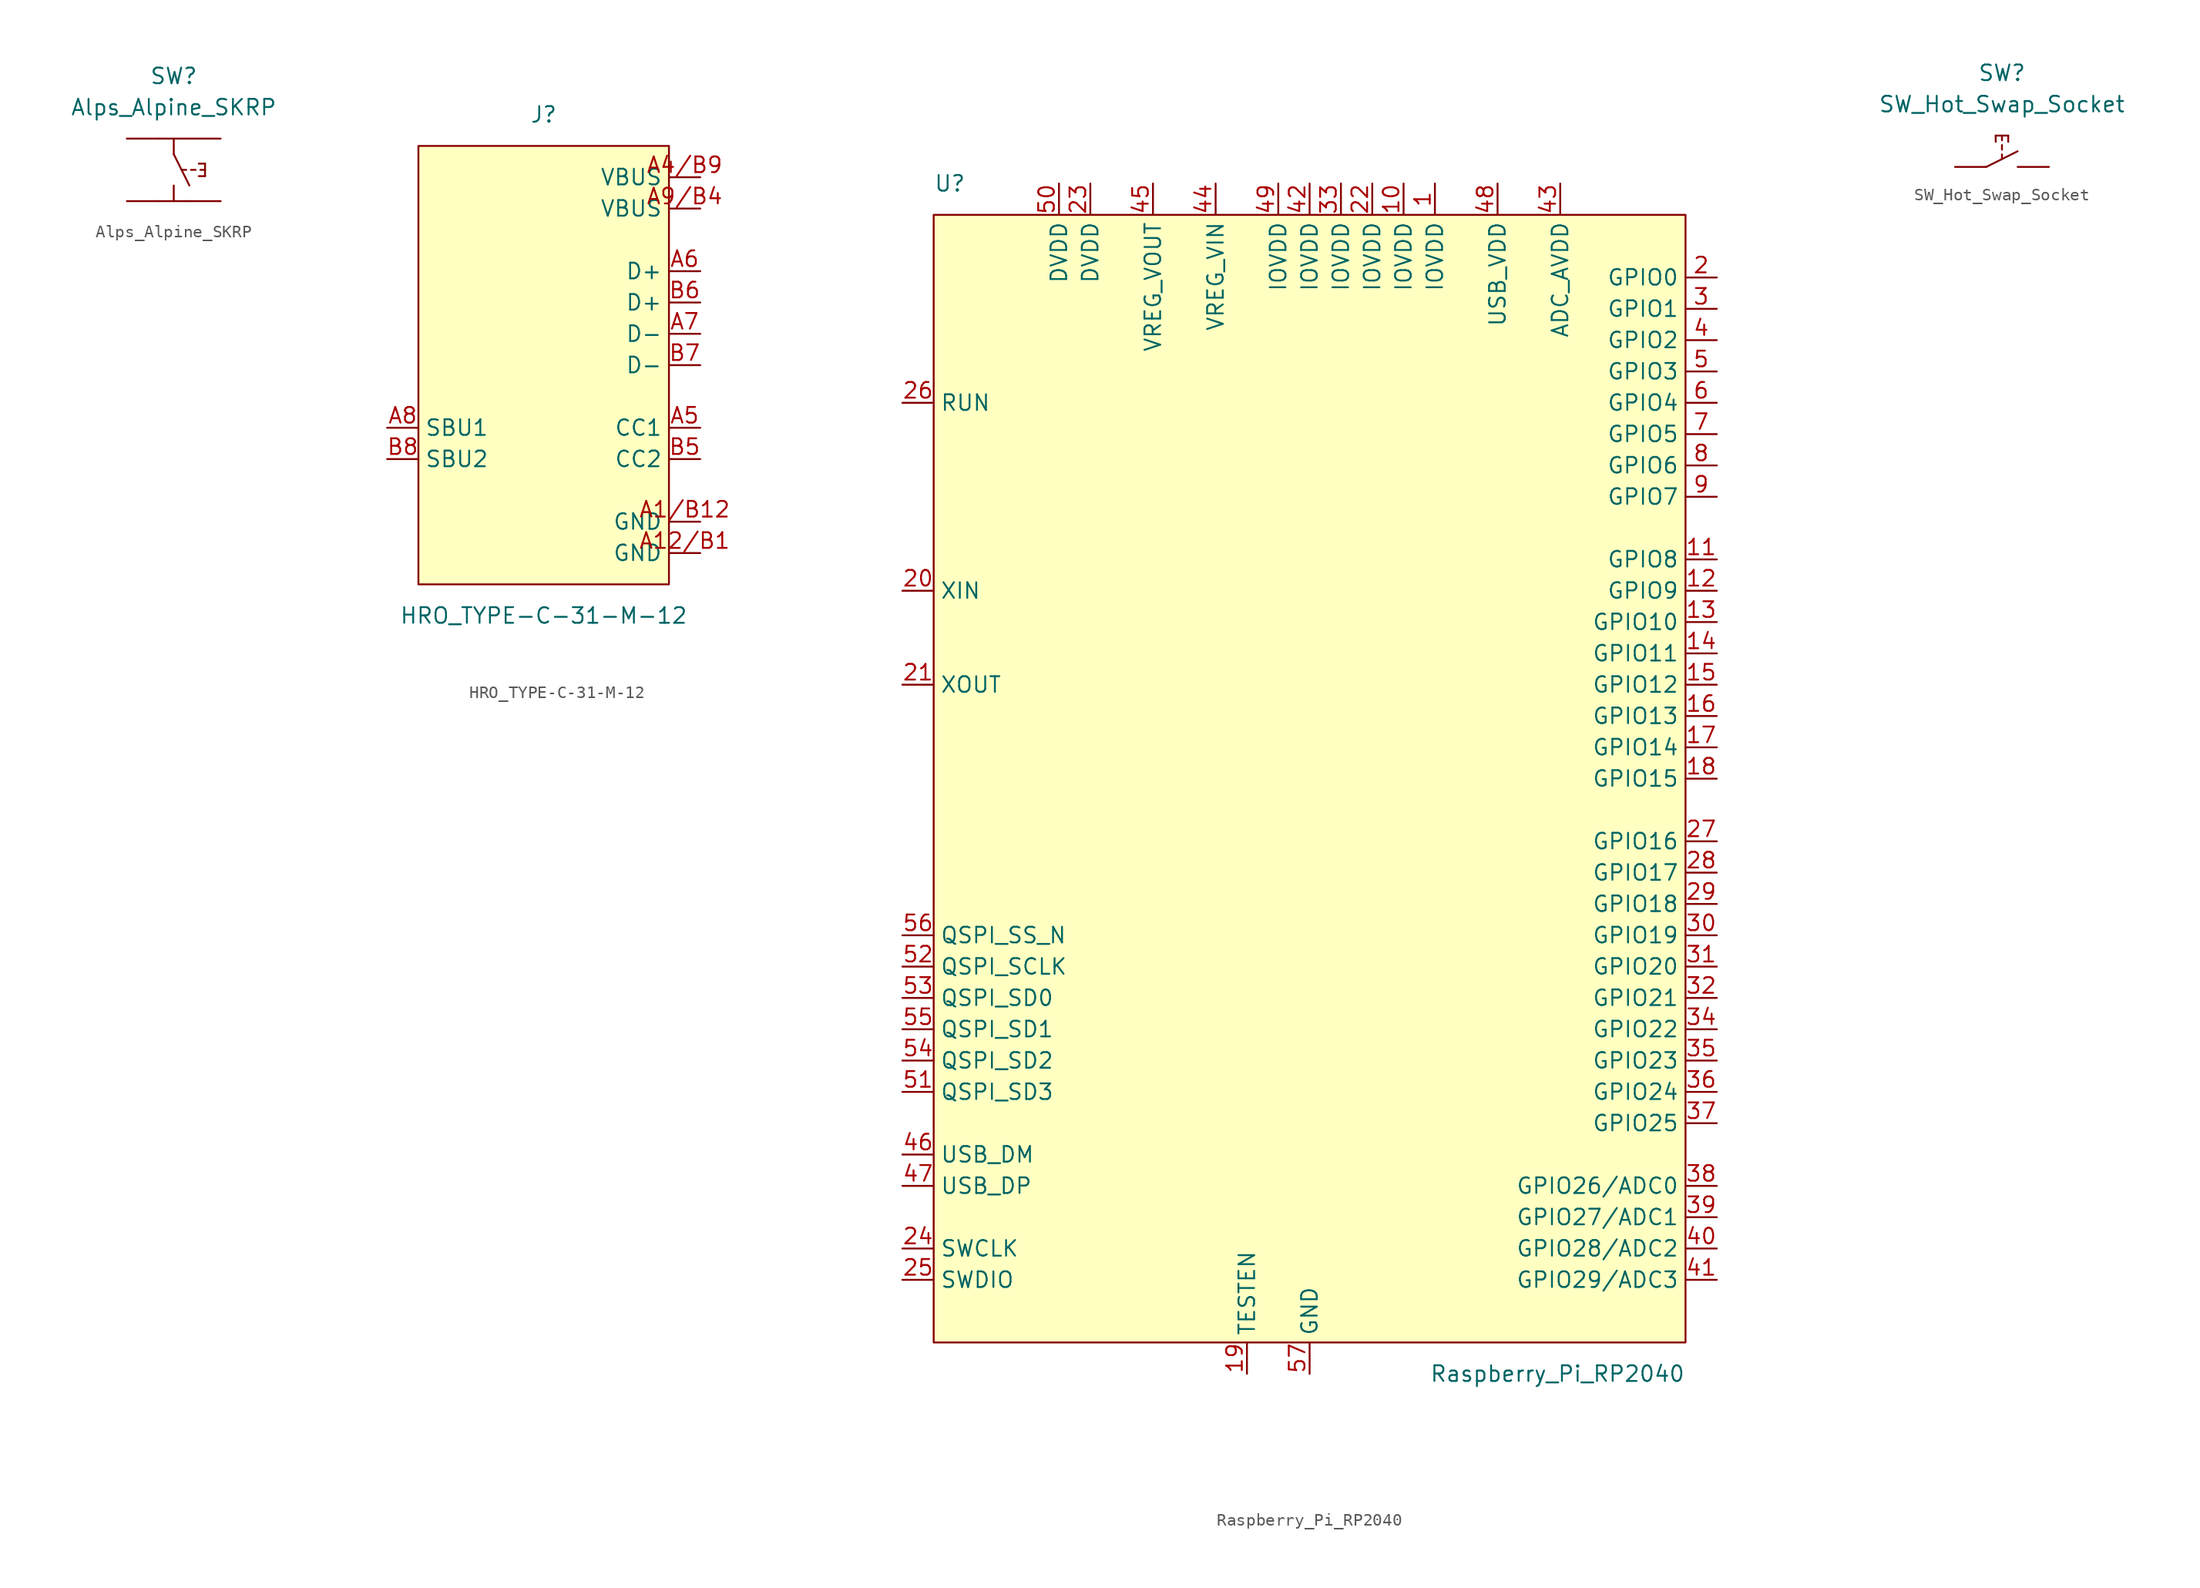
<source format=kicad_sym>
(kicad_symbol_lib
  (version 20220914)
  (generator kicad_symbol_editor)
  (symbol "Alps_Alpine_SKRP"
    (pin_numbers hide)
    (pin_names
      (offset 0) hide)
    (property "Reference" "SW"
      (at 0 7.62 0)
      (effects (font (size 1.27 1.27))))
    (property "Value" "Alps_Alpine_SKRP"
      (at 0 5.08 0)
      (effects (font (size 1.27 1.27))))
    (symbol "Alps_Alpine_SKRP_0_0"
      (polyline (pts (xy 0 1.27) (xy 1.27 -1.27)) (stroke (width 0) (type default)) (fill (type none)))
      (polyline (pts (xy 0.635 0) (xy 1.016 0)) (stroke (width 0) (type default)) (fill (type none)))
      (polyline (pts (xy 1.397 0) (xy 1.778 0)) (stroke (width 0) (type default)) (fill (type none)))
      (polyline (pts (xy 2.032 -0.508) (xy 2.54 -0.508)) (stroke (width 0) (type default)) (fill (type none)))
      (polyline (pts (xy 2.032 0.508) (xy 2.54 0.508)) (stroke (width 0) (type default)) (fill (type none)))
      (polyline (pts (xy 2.159 0) (xy 2.54 0)) (stroke (width 0) (type default)) (fill (type none)))
      (polyline (pts (xy 2.54 0.508) (xy 2.54 -0.508)) (stroke (width 0) (type default)) (fill (type none))))
    (symbol "Alps_Alpine_SKRP_0_1"
      (polyline (pts (xy -1.27 -2.54) (xy 1.27 -2.54)) (stroke (width 0) (type default)) (fill (type none)))
      (polyline (pts (xy 0 -1.27) (xy 0 -2.54)) (stroke (width 0) (type default)) (fill (type none)))
      (polyline (pts (xy 0 2.54) (xy 0 1.27)) (stroke (width 0) (type default)) (fill (type none)))
      (polyline (pts (xy 1.27 2.54) (xy -1.27 2.54)) (stroke (width 0) (type default)) (fill (type none)))
      (pin passive line (at -3.81 2.54 0) (length 2.54) (name "1" (effects (font (size 1.27 1.27)))) (number "1" (effects (font (size 1.27 1.27)))))
      (pin passive line (at 3.81 2.54 180) (length 2.54) (name "2" (effects (font (size 1.27 1.27)))) (number "2" (effects (font (size 1.27 1.27)))))
      (pin passive line (at -3.81 -2.54 0) (length 2.54) (name "3" (effects (font (size 1.27 1.27)))) (number "3" (effects (font (size 1.27 1.27)))))
      (pin passive line (at 3.81 -2.54 180) (length 2.54) (name "4" (effects (font (size 1.27 1.27)))) (number "4" (effects (font (size 1.27 1.27)))))))
  (symbol "HRO_TYPE-C-31-M-12"
    (property "Reference" "J"
      (at 0 20.32 0)
      (effects (font (size 1.27 1.27))))
    (property "Value" "HRO_TYPE-C-31-M-12"
      (at 0 -20.32 0)
      (effects (font (size 1.27 1.27))))
    (symbol "HRO_TYPE-C-31-M-12_0_1"
      (rectangle (start -10.16 17.78) (end 10.16 -17.78) (stroke (width 0) (type default)) (fill (type background))))
    (symbol "HRO_TYPE-C-31-M-12_1_1"
      (pin power_out line (at 12.7 -12.7 180) (length 2.54) (name "GND" (effects (font (size 1.27 1.27)))) (number "A1/B12" (effects (font (size 1.27 1.27)))))
      (pin power_out line (at 12.7 -15.24 180) (length 2.54) (name "GND" (effects (font (size 1.27 1.27)))) (number "A12/B1" (effects (font (size 1.27 1.27)))))
      (pin power_out line (at 12.7 15.24 180) (length 2.54) (name "VBUS" (effects (font (size 1.27 1.27)))) (number "A4/B9" (effects (font (size 1.27 1.27)))))
      (pin passive line (at 12.7 -5.08 180) (length 2.54) (name "CC1" (effects (font (size 1.27 1.27)))) (number "A5" (effects (font (size 1.27 1.27)))))
      (pin passive line (at 12.7 7.62 180) (length 2.54) (name "D+" (effects (font (size 1.27 1.27)))) (number "A6" (effects (font (size 1.27 1.27)))))
      (pin passive line (at 12.7 2.54 180) (length 2.54) (name "D-" (effects (font (size 1.27 1.27)))) (number "A7" (effects (font (size 1.27 1.27)))))
      (pin passive line (at -12.7 -5.08 0) (length 2.54) (name "SBU1" (effects (font (size 1.27 1.27)))) (number "A8" (effects (font (size 1.27 1.27)))))
      (pin power_out line (at 12.7 12.7 180) (length 2.54) (name "VBUS" (effects (font (size 1.27 1.27)))) (number "A9/B4" (effects (font (size 1.27 1.27)))))
      (pin passive line (at 12.7 -7.62 180) (length 2.54) (name "CC2" (effects (font (size 1.27 1.27)))) (number "B5" (effects (font (size 1.27 1.27)))))
      (pin passive line (at 12.7 5.08 180) (length 2.54) (name "D+" (effects (font (size 1.27 1.27)))) (number "B6" (effects (font (size 1.27 1.27)))))
      (pin passive line (at 12.7 0 180) (length 2.54) (name "D-" (effects (font (size 1.27 1.27)))) (number "B7" (effects (font (size 1.27 1.27)))))
      (pin passive line (at -12.7 -7.62 0) (length 2.54) (name "SBU2" (effects (font (size 1.27 1.27)))) (number "B8" (effects (font (size 1.27 1.27)))))))
  (symbol "Raspberry_Pi_RP2040"
    (property "Reference" "U"
      (at -30.48 48.26 0)
      (effects (font (size 1.27 1.27)) (justify left)))
    (property "Value" "Raspberry_Pi_RP2040"
      (at 30.48 -48.26 0)
      (effects (font (size 1.27 1.27)) (justify right)))
    (symbol "Raspberry_Pi_RP2040_0_1"
      (rectangle (start -30.48 45.72) (end 30.48 -45.72) (stroke (width 0) (type default)) (fill (type background))))
    (symbol "Raspberry_Pi_RP2040_1_1"
      (pin power_in line (at 10.16 48.26 270) (length 2.54) (name "IOVDD" (effects (font (size 1.27 1.27)))) (number "1" (effects (font (size 1.27 1.27)))))
      (pin power_in line (at 7.62 48.26 270) (length 2.54) (name "IOVDD" (effects (font (size 1.27 1.27)))) (number "10" (effects (font (size 1.27 1.27)))))
      (pin bidirectional line (at 33.02 17.78 180) (length 2.54) (name "GPIO8" (effects (font (size 1.27 1.27)))) (number "11" (effects (font (size 1.27 1.27)))))
      (pin bidirectional line (at 33.02 15.24 180) (length 2.54) (name "GPIO9" (effects (font (size 1.27 1.27)))) (number "12" (effects (font (size 1.27 1.27)))))
      (pin bidirectional line (at 33.02 12.7 180) (length 2.54) (name "GPIO10" (effects (font (size 1.27 1.27)))) (number "13" (effects (font (size 1.27 1.27)))))
      (pin bidirectional line (at 33.02 10.16 180) (length 2.54) (name "GPIO11" (effects (font (size 1.27 1.27)))) (number "14" (effects (font (size 1.27 1.27)))))
      (pin bidirectional line (at 33.02 7.62 180) (length 2.54) (name "GPIO12" (effects (font (size 1.27 1.27)))) (number "15" (effects (font (size 1.27 1.27)))))
      (pin bidirectional line (at 33.02 5.08 180) (length 2.54) (name "GPIO13" (effects (font (size 1.27 1.27)))) (number "16" (effects (font (size 1.27 1.27)))))
      (pin bidirectional line (at 33.02 2.54 180) (length 2.54) (name "GPIO14" (effects (font (size 1.27 1.27)))) (number "17" (effects (font (size 1.27 1.27)))))
      (pin bidirectional line (at 33.02 0 180) (length 2.54) (name "GPIO15" (effects (font (size 1.27 1.27)))) (number "18" (effects (font (size 1.27 1.27)))))
      (pin passive line (at -5.08 -48.26 90) (length 2.54) (name "TESTEN" (effects (font (size 1.27 1.27)))) (number "19" (effects (font (size 1.27 1.27)))))
      (pin bidirectional line (at 33.02 40.64 180) (length 2.54) (name "GPIO0" (effects (font (size 1.27 1.27)))) (number "2" (effects (font (size 1.27 1.27)))))
      (pin input line (at -33.02 15.24 0) (length 2.54) (name "XIN" (effects (font (size 1.27 1.27)))) (number "20" (effects (font (size 1.27 1.27)))))
      (pin passive line (at -33.02 7.62 0) (length 2.54) (name "XOUT" (effects (font (size 1.27 1.27)))) (number "21" (effects (font (size 1.27 1.27)))))
      (pin power_in line (at 5.08 48.26 270) (length 2.54) (name "IOVDD" (effects (font (size 1.27 1.27)))) (number "22" (effects (font (size 1.27 1.27)))))
      (pin power_in line (at -17.78 48.26 270) (length 2.54) (name "DVDD" (effects (font (size 1.27 1.27)))) (number "23" (effects (font (size 1.27 1.27)))))
      (pin output line (at -33.02 -38.1 0) (length 2.54) (name "SWCLK" (effects (font (size 1.27 1.27)))) (number "24" (effects (font (size 1.27 1.27)))))
      (pin bidirectional line (at -33.02 -40.64 0) (length 2.54) (name "SWDIO" (effects (font (size 1.27 1.27)))) (number "25" (effects (font (size 1.27 1.27)))))
      (pin input line (at -33.02 30.48 0) (length 2.54) (name "RUN" (effects (font (size 1.27 1.27)))) (number "26" (effects (font (size 1.27 1.27)))))
      (pin bidirectional line (at 33.02 -5.08 180) (length 2.54) (name "GPIO16" (effects (font (size 1.27 1.27)))) (number "27" (effects (font (size 1.27 1.27)))))
      (pin bidirectional line (at 33.02 -7.62 180) (length 2.54) (name "GPIO17" (effects (font (size 1.27 1.27)))) (number "28" (effects (font (size 1.27 1.27)))))
      (pin bidirectional line (at 33.02 -10.16 180) (length 2.54) (name "GPIO18" (effects (font (size 1.27 1.27)))) (number "29" (effects (font (size 1.27 1.27)))))
      (pin bidirectional line (at 33.02 38.1 180) (length 2.54) (name "GPIO1" (effects (font (size 1.27 1.27)))) (number "3" (effects (font (size 1.27 1.27)))))
      (pin bidirectional line (at 33.02 -12.7 180) (length 2.54) (name "GPIO19" (effects (font (size 1.27 1.27)))) (number "30" (effects (font (size 1.27 1.27)))))
      (pin bidirectional line (at 33.02 -15.24 180) (length 2.54) (name "GPIO20" (effects (font (size 1.27 1.27)))) (number "31" (effects (font (size 1.27 1.27)))))
      (pin bidirectional line (at 33.02 -17.78 180) (length 2.54) (name "GPIO21" (effects (font (size 1.27 1.27)))) (number "32" (effects (font (size 1.27 1.27)))))
      (pin power_in line (at 2.54 48.26 270) (length 2.54) (name "IOVDD" (effects (font (size 1.27 1.27)))) (number "33" (effects (font (size 1.27 1.27)))))
      (pin bidirectional line (at 33.02 -20.32 180) (length 2.54) (name "GPIO22" (effects (font (size 1.27 1.27)))) (number "34" (effects (font (size 1.27 1.27)))))
      (pin bidirectional line (at 33.02 -22.86 180) (length 2.54) (name "GPIO23" (effects (font (size 1.27 1.27)))) (number "35" (effects (font (size 1.27 1.27)))))
      (pin bidirectional line (at 33.02 -25.4 180) (length 2.54) (name "GPIO24" (effects (font (size 1.27 1.27)))) (number "36" (effects (font (size 1.27 1.27)))))
      (pin bidirectional line (at 33.02 -27.94 180) (length 2.54) (name "GPIO25" (effects (font (size 1.27 1.27)))) (number "37" (effects (font (size 1.27 1.27)))))
      (pin bidirectional line (at 33.02 -33.02 180) (length 2.54) (name "GPIO26/ADC0" (effects (font (size 1.27 1.27)))) (number "38" (effects (font (size 1.27 1.27)))))
      (pin bidirectional line (at 33.02 -35.56 180) (length 2.54) (name "GPIO27/ADC1" (effects (font (size 1.27 1.27)))) (number "39" (effects (font (size 1.27 1.27)))))
      (pin bidirectional line (at 33.02 35.56 180) (length 2.54) (name "GPIO2" (effects (font (size 1.27 1.27)))) (number "4" (effects (font (size 1.27 1.27)))))
      (pin bidirectional line (at 33.02 -38.1 180) (length 2.54) (name "GPIO28/ADC2" (effects (font (size 1.27 1.27)))) (number "40" (effects (font (size 1.27 1.27)))))
      (pin bidirectional line (at 33.02 -40.64 180) (length 2.54) (name "GPIO29/ADC3" (effects (font (size 1.27 1.27)))) (number "41" (effects (font (size 1.27 1.27)))))
      (pin power_in line (at 0 48.26 270) (length 2.54) (name "IOVDD" (effects (font (size 1.27 1.27)))) (number "42" (effects (font (size 1.27 1.27)))))
      (pin power_in line (at 20.32 48.26 270) (length 2.54) (name "ADC_AVDD" (effects (font (size 1.27 1.27)))) (number "43" (effects (font (size 1.27 1.27)))))
      (pin power_in line (at -7.62 48.26 270) (length 2.54) (name "VREG_VIN" (effects (font (size 1.27 1.27)))) (number "44" (effects (font (size 1.27 1.27)))))
      (pin power_out line (at -12.7 48.26 270) (length 2.54) (name "VREG_VOUT" (effects (font (size 1.27 1.27)))) (number "45" (effects (font (size 1.27 1.27)))))
      (pin bidirectional line (at -33.02 -30.48 0) (length 2.54) (name "USB_DM" (effects (font (size 1.27 1.27)))) (number "46" (effects (font (size 1.27 1.27)))))
      (pin bidirectional line (at -33.02 -33.02 0) (length 2.54) (name "USB_DP" (effects (font (size 1.27 1.27)))) (number "47" (effects (font (size 1.27 1.27)))))
      (pin power_in line (at 15.24 48.26 270) (length 2.54) (name "USB_VDD" (effects (font (size 1.27 1.27)))) (number "48" (effects (font (size 1.27 1.27)))))
      (pin power_in line (at -2.54 48.26 270) (length 2.54) (name "IOVDD" (effects (font (size 1.27 1.27)))) (number "49" (effects (font (size 1.27 1.27)))))
      (pin bidirectional line (at 33.02 33.02 180) (length 2.54) (name "GPIO3" (effects (font (size 1.27 1.27)))) (number "5" (effects (font (size 1.27 1.27)))))
      (pin power_in line (at -20.32 48.26 270) (length 2.54) (name "DVDD" (effects (font (size 1.27 1.27)))) (number "50" (effects (font (size 1.27 1.27)))))
      (pin bidirectional line (at -33.02 -25.4 0) (length 2.54) (name "QSPI_SD3" (effects (font (size 1.27 1.27)))) (number "51" (effects (font (size 1.27 1.27)))))
      (pin output line (at -33.02 -15.24 0) (length 2.54) (name "QSPI_SCLK" (effects (font (size 1.27 1.27)))) (number "52" (effects (font (size 1.27 1.27)))))
      (pin bidirectional line (at -33.02 -17.78 0) (length 2.54) (name "QSPI_SD0" (effects (font (size 1.27 1.27)))) (number "53" (effects (font (size 1.27 1.27)))))
      (pin bidirectional line (at -33.02 -22.86 0) (length 2.54) (name "QSPI_SD2" (effects (font (size 1.27 1.27)))) (number "54" (effects (font (size 1.27 1.27)))))
      (pin bidirectional line (at -33.02 -20.32 0) (length 2.54) (name "QSPI_SD1" (effects (font (size 1.27 1.27)))) (number "55" (effects (font (size 1.27 1.27)))))
      (pin bidirectional line (at -33.02 -12.7 0) (length 2.54) (name "QSPI_SS_N" (effects (font (size 1.27 1.27)))) (number "56" (effects (font (size 1.27 1.27)))))
      (pin power_in line (at 0 -48.26 90) (length 2.54) (name "GND" (effects (font (size 1.27 1.27)))) (number "57" (effects (font (size 1.27 1.27)))))
      (pin bidirectional line (at 33.02 30.48 180) (length 2.54) (name "GPIO4" (effects (font (size 1.27 1.27)))) (number "6" (effects (font (size 1.27 1.27)))))
      (pin bidirectional line (at 33.02 27.94 180) (length 2.54) (name "GPIO5" (effects (font (size 1.27 1.27)))) (number "7" (effects (font (size 1.27 1.27)))))
      (pin bidirectional line (at 33.02 25.4 180) (length 2.54) (name "GPIO6" (effects (font (size 1.27 1.27)))) (number "8" (effects (font (size 1.27 1.27)))))
      (pin bidirectional line (at 33.02 22.86 180) (length 2.54) (name "GPIO7" (effects (font (size 1.27 1.27)))) (number "9" (effects (font (size 1.27 1.27)))))))
  (symbol "SW_Hot_Swap_Socket"
    (pin_numbers hide)
    (pin_names
      (offset 0) hide)
    (property "Reference" "SW"
      (at 0 7.62 0)
      (effects (font (size 1.27 1.27))))
    (property "Value" "SW_Hot_Swap_Socket"
      (at 0 5.08 0)
      (effects (font (size 1.27 1.27))))
    (symbol "SW_Hot_Swap_Socket_0_0"
      (polyline (pts (xy -1.27 0) (xy 1.27 1.27)) (stroke (width 0) (type default)) (fill (type none)))
      (polyline (pts (xy -0.508 2.032) (xy -0.508 2.54)) (stroke (width 0) (type default)) (fill (type none)))
      (polyline (pts (xy -0.508 2.54) (xy 0.508 2.54)) (stroke (width 0) (type default)) (fill (type none)))
      (polyline (pts (xy 0 0.635) (xy 0 1.016)) (stroke (width 0) (type default)) (fill (type none)))
      (polyline (pts (xy 0 1.397) (xy 0 1.778)) (stroke (width 0) (type default)) (fill (type none)))
      (polyline (pts (xy 0 2.159) (xy 0 2.54)) (stroke (width 0) (type default)) (fill (type none)))
      (polyline (pts (xy 0.508 2.032) (xy 0.508 2.54)) (stroke (width 0) (type default)) (fill (type none))))
    (symbol "SW_Hot_Swap_Socket_0_1"
      (pin passive line (at -3.81 0 0) (length 2.54) (name "1" (effects (font (size 1.27 1.27)))) (number "1" (effects (font (size 1.27 1.27)))))
      (pin passive line (at 3.81 0 180) (length 2.54) (name "2" (effects (font (size 1.27 1.27)))) (number "2" (effects (font (size 1.27 1.27))))))))
</source>
